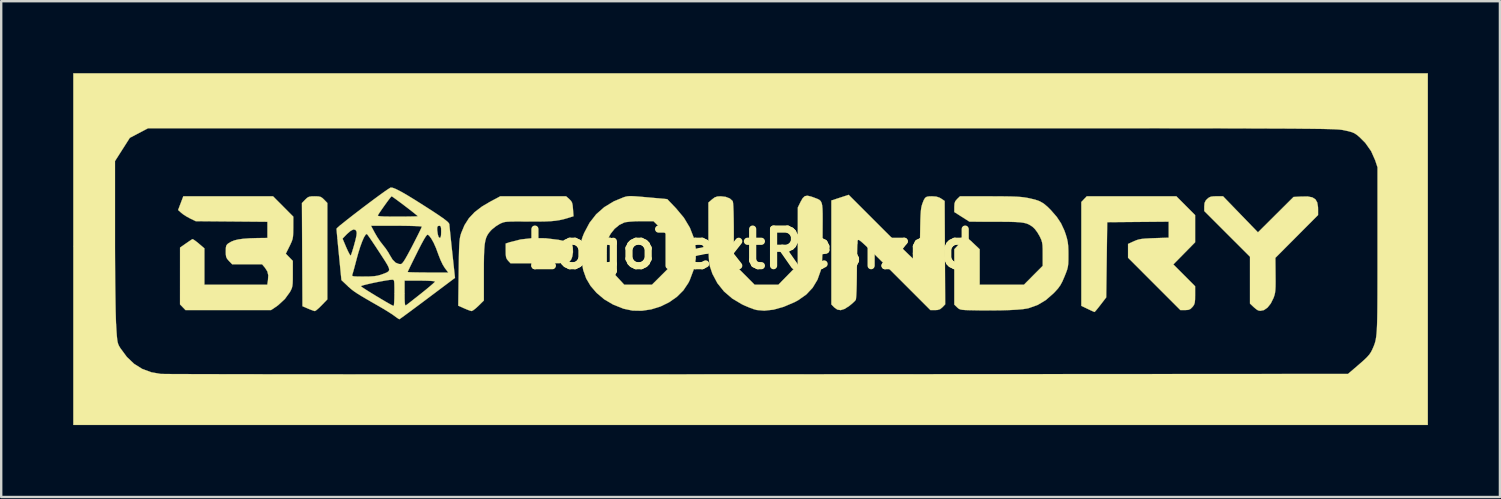
<source format=kicad_pcb>
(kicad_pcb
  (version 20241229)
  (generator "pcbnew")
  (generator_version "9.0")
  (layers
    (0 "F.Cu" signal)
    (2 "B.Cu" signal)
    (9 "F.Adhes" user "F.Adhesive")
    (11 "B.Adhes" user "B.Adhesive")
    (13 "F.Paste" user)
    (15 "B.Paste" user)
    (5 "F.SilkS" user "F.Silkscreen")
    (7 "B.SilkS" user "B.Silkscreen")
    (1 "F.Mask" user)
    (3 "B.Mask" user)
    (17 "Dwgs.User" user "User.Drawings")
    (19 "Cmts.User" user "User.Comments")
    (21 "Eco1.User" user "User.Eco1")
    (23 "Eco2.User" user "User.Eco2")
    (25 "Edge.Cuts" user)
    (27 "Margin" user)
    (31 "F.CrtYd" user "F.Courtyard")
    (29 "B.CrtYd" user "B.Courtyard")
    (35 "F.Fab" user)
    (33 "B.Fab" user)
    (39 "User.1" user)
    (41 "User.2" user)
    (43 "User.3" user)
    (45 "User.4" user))
  (footprint "LogoTextResized"
    (layer "F.Cu")
    (at 28.199 7.329)
    (property "Reference" "LogoTextResized" (at 0 0 0) (layer "F.SilkS") (effects (font (size 1.524 1.524) (thickness 0.3))))
    (attr through_hole)
    (fp_poly (pts (xy -17.99 -2.197) (xy -17.892 -2.176) (xy -17.815 -2.128) (xy -17.746 -2.062) (xy -17.611 -1.922) (xy -17.612 2.095) (xy -17.848 2.339) (xy -17.964 2.453) (xy -18.062 2.538) (xy -18.125 2.579) (xy -18.133 2.581) (xy -18.196 2.564) (xy -18.309 2.522) (xy -18.415 2.479) (xy -18.648 2.378) (xy -18.659 0.228) (xy -18.67 -1.921) (xy -18.534 -2.061) (xy -18.45 -2.14) (xy -18.371 -2.182) (xy -18.266 -2.199) (xy -18.14 -2.201) (xy -17.99 -2.197)) (stroke (width 0.01) (type solid)) (fill yes) (layer "F.SilkS"))
    (fp_poly (pts (xy -8.519 -0.453) (xy -7.981 -0.387) (xy -7.585 -0.298) (xy -7.479 -0.263) (xy -7.423 -0.215) (xy -7.395 -0.124) (xy -7.384 -0.058) (xy -7.377 0.128) (xy -7.404 0.299) (xy -7.43 0.381) (xy -7.461 0.446) (xy -7.505 0.497) (xy -7.571 0.534) (xy -7.67 0.56) (xy -7.81 0.577) (xy -8.001 0.587) (xy -8.253 0.591) (xy -8.574 0.593) (xy -8.807 0.593) (xy -9.976 0.593) (xy -10.079 0.483) (xy -10.134 0.413) (xy -10.165 0.333) (xy -10.179 0.216) (xy -10.181 0.071) (xy -10.181 -0.232) (xy -10.012 -0.288) (xy -9.551 -0.404) (xy -9.048 -0.459) (xy -8.519 -0.453)) (stroke (width 0.01) (type solid)) (fill yes) (layer "F.SilkS"))
    (fp_poly (pts (xy 20.433 -1.45) (xy 21.16 -0.699) (xy 21.901 -1.436) (xy 22.642 -2.173) (xy 22.976 -2.192) (xy 23.236 -2.193) (xy 23.426 -2.156) (xy 23.554 -2.076) (xy 23.63 -1.944) (xy 23.662 -1.755) (xy 23.664 -1.666) (xy 23.664 -1.421) (xy 21.886 0.364) (xy 21.893 1.082) (xy 21.895 1.353) (xy 21.893 1.555) (xy 21.885 1.706) (xy 21.871 1.822) (xy 21.849 1.918) (xy 21.817 2.012) (xy 21.809 2.033) (xy 21.695 2.264) (xy 21.559 2.435) (xy 21.409 2.54) (xy 21.255 2.571) (xy 21.167 2.553) (xy 21.098 2.511) (xy 21.002 2.432) (xy 20.966 2.399) (xy 20.828 2.269) (xy 20.828 0.317) (xy 19.875 -0.635) (xy 18.923 -1.587) (xy 18.923 -1.78) (xy 18.935 -1.922) (xy 18.982 -2.022) (xy 19.042 -2.088) (xy 19.12 -2.151) (xy 19.203 -2.186) (xy 19.321 -2.2) (xy 19.433 -2.202) (xy 19.706 -2.202) (xy 20.433 -1.45)) (stroke (width 0.01) (type solid)) (fill yes) (layer "F.SilkS"))
    (fp_poly (pts (xy 18.151 -1.809) (xy 18.542 -1.417) (xy 18.542 -0.284) (xy 17.635 0.637) (xy 18.089 1.092) (xy 18.542 1.547) (xy 18.542 1.913) (xy 18.54 2.096) (xy 18.529 2.218) (xy 18.505 2.302) (xy 18.463 2.372) (xy 18.432 2.41) (xy 18.348 2.493) (xy 18.258 2.531) (xy 18.125 2.54) (xy 17.928 2.54) (xy 15.748 0.359) (xy 15.748 -0.216) (xy 15.988 -0.326) (xy 16.094 -0.371) (xy 16.197 -0.403) (xy 16.316 -0.425) (xy 16.47 -0.44) (xy 16.677 -0.451) (xy 16.835 -0.457) (xy 17.441 -0.477) (xy 17.441 -1.144) (xy 16.161 -1.133) (xy 14.88 -1.122) (xy 14.859 0.445) (xy 14.838 2.011) (xy 14.605 2.315) (xy 14.5 2.449) (xy 14.415 2.553) (xy 14.362 2.611) (xy 14.351 2.619) (xy 14.305 2.601) (xy 14.204 2.556) (xy 14.071 2.493) (xy 14.065 2.49) (xy 13.801 2.363) (xy 13.801 -1.964) (xy 13.914 -2.083) (xy 14.028 -2.201) (xy 17.761 -2.201) (xy 18.151 -1.809)) (stroke (width 0.01) (type solid)) (fill yes) (layer "F.SilkS"))
    (fp_poly (pts (xy -7.531 -2.083) (xy -7.459 -2.01) (xy -7.416 -1.935) (xy -7.392 -1.828) (xy -7.377 -1.667) (xy -7.356 -1.37) (xy -7.583 -1.299) (xy -7.756 -1.249) (xy -7.924 -1.211) (xy -8.101 -1.183) (xy -8.302 -1.164) (xy -8.543 -1.153) (xy -8.837 -1.148) (xy -9.199 -1.148) (xy -9.247 -1.149) (xy -9.559 -1.151) (xy -9.799 -1.151) (xy -9.979 -1.148) (xy -10.112 -1.142) (xy -10.21 -1.131) (xy -10.285 -1.113) (xy -10.35 -1.089) (xy -10.418 -1.057) (xy -10.438 -1.047) (xy -10.595 -0.949) (xy -10.748 -0.826) (xy -10.806 -0.768) (xy -10.884 -0.675) (xy -10.946 -0.58) (xy -10.995 -0.474) (xy -11.031 -0.344) (xy -11.058 -0.182) (xy -11.075 0.023) (xy -11.085 0.282) (xy -11.09 0.606) (xy -11.091 0.993) (xy -11.091 2.141) (xy -11.315 2.362) (xy -11.432 2.469) (xy -11.532 2.546) (xy -11.596 2.579) (xy -11.601 2.58) (xy -11.67 2.562) (xy -11.789 2.518) (xy -11.91 2.467) (xy -12.157 2.357) (xy -12.14 0.977) (xy -12.135 0.593) (xy -12.13 0.283) (xy -12.124 0.037) (xy -12.116 -0.155) (xy -12.106 -0.305) (xy -12.094 -0.421) (xy -12.078 -0.514) (xy -12.057 -0.596) (xy -12.036 -0.665) (xy -11.897 -0.998) (xy -11.713 -1.287) (xy -11.475 -1.541) (xy -11.171 -1.774) (xy -10.844 -1.967) (xy -10.407 -2.201) (xy -7.664 -2.201) (xy -7.531 -2.083)) (stroke (width 0.01) (type solid)) (fill yes) (layer "F.SilkS"))
    (fp_poly (pts (xy -19.029 -1.352) (xy -19.03 -0.893) (xy -19.033 -0.686) (xy -19.041 -0.537) (xy -19.06 -0.422) (xy -19.097 -0.314) (xy -19.155 -0.186) (xy -19.187 -0.121) (xy -19.342 0.191) (xy -19.196 0.34) (xy -19.05 0.49) (xy -19.05 1.034) (xy -19.051 1.26) (xy -19.056 1.42) (xy -19.068 1.535) (xy -19.09 1.624) (xy -19.126 1.706) (xy -19.174 1.794) (xy -19.382 2.079) (xy -19.658 2.334) (xy -19.79 2.428) (xy -19.959 2.54) (xy -23.521 2.54) (xy -23.635 2.421) (xy -23.749 2.303) (xy -23.748 -0.064) (xy -23.507 -0.233) (xy -23.382 -0.319) (xy -23.283 -0.385) (xy -23.233 -0.416) (xy -23.232 -0.416) (xy -23.186 -0.398) (xy -23.096 -0.335) (xy -22.979 -0.243) (xy -22.966 -0.231) (xy -22.733 -0.032) (xy -22.733 1.482) (xy -20.114 1.482) (xy -20.085 1.292) (xy -20.072 1.091) (xy -20.11 0.931) (xy -20.206 0.78) (xy -20.218 0.765) (xy -20.328 0.635) (xy -21.573 0.635) (xy -21.709 0.495) (xy -21.785 0.407) (xy -21.826 0.325) (xy -21.842 0.214) (xy -21.844 0.096) (xy -21.84 -0.052) (xy -21.823 -0.142) (xy -21.782 -0.202) (xy -21.728 -0.245) (xy -21.614 -0.312) (xy -21.481 -0.365) (xy -21.317 -0.404) (xy -21.11 -0.432) (xy -20.848 -0.451) (xy -20.521 -0.461) (xy -20.267 -0.464) (xy -20.108 -0.466) (xy -20.108 -1.139) (xy -23.093 -1.164) (xy -23.326 -1.276) (xy -23.48 -1.36) (xy -23.625 -1.454) (xy -23.694 -1.509) (xy -23.829 -1.63) (xy -23.612 -2.201) (xy -19.874 -2.201) (xy -19.029 -1.352)) (stroke (width 0.01) (type solid)) (fill yes) (layer "F.SilkS"))
    (fp_poly (pts (xy 2.542 -2.191) (xy 2.627 -2.161) (xy 2.738 -2.12) (xy 2.826 -2.085) (xy 2.894 -2.048) (xy 2.945 -1.997) (xy 2.981 -1.925) (xy 3.005 -1.82) (xy 3.018 -1.675) (xy 3.024 -1.479) (xy 3.025 -1.223) (xy 3.023 -0.897) (xy 3.022 -0.665) (xy 3.019 -0.277) (xy 3.015 0.037) (xy 3.009 0.287) (xy 3 0.484) (xy 2.988 0.638) (xy 2.973 0.76) (xy 2.953 0.86) (xy 2.947 0.884) (xy 2.809 1.274) (xy 2.608 1.608) (xy 2.341 1.892) (xy 2.004 2.129) (xy 1.853 2.21) (xy 1.398 2.404) (xy 0.977 2.522) (xy 0.591 2.564) (xy 0.275 2.536) (xy 0.145 2.499) (xy -0.032 2.433) (xy -0.228 2.35) (xy -0.339 2.298) (xy -0.743 2.057) (xy -1.086 1.762) (xy -1.362 1.417) (xy -1.569 1.027) (xy -1.673 0.718) (xy -1.693 0.622) (xy -1.708 0.492) (xy -1.72 0.319) (xy -1.728 0.094) (xy -1.733 -0.194) (xy -1.735 -0.552) (xy -1.735 -0.726) (xy -1.736 -1.939) (xy -1.586 -2.07) (xy -1.473 -2.155) (xy -1.361 -2.193) (xy -1.224 -2.201) (xy -1.015 -2.177) (xy -0.844 -2.111) (xy -0.732 -2.011) (xy -0.721 -1.992) (xy -0.708 -1.924) (xy -0.697 -1.777) (xy -0.688 -1.558) (xy -0.682 -1.271) (xy -0.678 -0.923) (xy -0.677 -0.649) (xy -0.677 0.612) (xy -0.244 1.047) (xy 0.189 1.482) (xy 1.18 1.482) (xy 1.584 1.069) (xy 1.987 0.656) (xy 1.99 -1.734) (xy 2.105 -1.969) (xy 2.192 -2.123) (xy 2.281 -2.206) (xy 2.39 -2.226) (xy 2.542 -2.191)) (stroke (width 0.01) (type solid)) (fill yes) (layer "F.SilkS"))
    (fp_poly (pts (xy -4.914 -2.207) (xy -4.76 -2.199) (xy -4.551 -2.182) (xy -4.273 -2.157) (xy -4.255 -2.156) (xy -3.45 -2.082) (xy -3.083 -1.699) (xy -2.755 -1.306) (xy -2.509 -0.896) (xy -2.344 -0.472) (xy -2.262 -0.038) (xy -2.262 0.403) (xy -2.346 0.848) (xy -2.514 1.294) (xy -2.572 1.41) (xy -2.779 1.719) (xy -3.051 1.989) (xy -3.373 2.214) (xy -3.732 2.39) (xy -4.115 2.509) (xy -4.508 2.568) (xy -4.897 2.561) (xy -5.27 2.483) (xy -5.272 2.482) (xy -5.704 2.31) (xy -6.076 2.091) (xy -6.395 1.821) (xy -6.642 1.535) (xy -6.826 1.223) (xy -6.951 0.873) (xy -7.022 0.474) (xy -7.038 0.189) (xy -5.968 0.189) (xy -5.968 0.191) (xy -5.967 0.699) (xy -5.605 1.09) (xy -5.242 1.482) (xy -4.087 1.482) (xy -3.694 1.091) (xy -3.302 0.7) (xy -3.302 -0.446) (xy -3.663 -0.805) (xy -4.023 -1.164) (xy -4.541 -1.164) (xy -4.784 -1.159) (xy -5.001 -1.145) (xy -5.169 -1.125) (xy -5.241 -1.109) (xy -5.449 -1.008) (xy -5.645 -0.846) (xy -5.807 -0.642) (xy -5.869 -0.529) (xy -5.913 -0.426) (xy -5.941 -0.324) (xy -5.958 -0.202) (xy -5.966 -0.038) (xy -5.968 0.189) (xy -7.038 0.189) (xy -7.043 0.085) (xy -7.043 -0.124) (xy -7.035 -0.275) (xy -7.013 -0.399) (xy -6.974 -0.521) (xy -6.912 -0.672) (xy -6.91 -0.677) (xy -6.688 -1.096) (xy -6.409 -1.454) (xy -6.07 -1.752) (xy -5.671 -1.993) (xy -5.271 -2.158) (xy -5.192 -2.183) (xy -5.116 -2.199) (xy -5.028 -2.207) (xy -4.914 -2.207)) (stroke (width 0.01) (type solid)) (fill yes) (layer "F.SilkS"))
    (fp_poly (pts (xy 5.565 -0.806) (xy 5.9 -0.472) (xy 6.179 -0.194) (xy 6.409 0.033) (xy 6.594 0.213) (xy 6.74 0.351) (xy 6.85 0.451) (xy 6.93 0.518) (xy 6.985 0.557) (xy 7.019 0.57) (xy 7.038 0.564) (xy 7.046 0.547) (xy 7.053 0.478) (xy 7.061 0.336) (xy 7.068 0.136) (xy 7.075 -0.111) (xy 7.081 -0.391) (xy 7.084 -0.614) (xy 7.09 -0.956) (xy 7.096 -1.225) (xy 7.105 -1.433) (xy 7.116 -1.591) (xy 7.131 -1.712) (xy 7.151 -1.806) (xy 7.175 -1.884) (xy 7.236 -2.043) (xy 7.294 -2.137) (xy 7.368 -2.184) (xy 7.48 -2.2) (xy 7.577 -2.201) (xy 7.758 -2.189) (xy 7.895 -2.144) (xy 7.963 -2.104) (xy 8.107 -2.007) (xy 8.118 0.147) (xy 8.129 2.302) (xy 8.015 2.421) (xy 7.918 2.501) (xy 7.809 2.535) (xy 7.707 2.54) (xy 7.514 2.54) (xy 6.011 1.037) (xy 5.673 0.698) (xy 5.389 0.415) (xy 5.155 0.184) (xy 4.966 -0.002) (xy 4.817 -0.145) (xy 4.703 -0.25) (xy 4.62 -0.322) (xy 4.561 -0.365) (xy 4.523 -0.384) (xy 4.5 -0.384) (xy 4.487 -0.367) (xy 4.482 -0.35) (xy 4.474 -0.277) (xy 4.467 -0.132) (xy 4.461 0.072) (xy 4.456 0.324) (xy 4.452 0.61) (xy 4.45 0.902) (xy 4.447 1.207) (xy 4.442 1.487) (xy 4.435 1.729) (xy 4.426 1.922) (xy 4.415 2.054) (xy 4.405 2.113) (xy 4.352 2.176) (xy 4.252 2.269) (xy 4.136 2.364) (xy 3.942 2.49) (xy 3.777 2.542) (xy 3.634 2.519) (xy 3.503 2.424) (xy 3.5 2.421) (xy 3.387 2.303) (xy 3.387 -2.027) (xy 3.748 -2.144) (xy 4.109 -2.262) (xy 5.565 -0.806)) (stroke (width 0.01) (type solid)) (fill yes) (layer "F.SilkS"))
    (fp_poly (pts (xy 9.993 -2.201) (xy 10.371 -2.2) (xy 10.677 -2.197) (xy 10.923 -2.192) (xy 11.121 -2.184) (xy 11.284 -2.172) (xy 11.424 -2.156) (xy 11.553 -2.135) (xy 11.631 -2.119) (xy 11.879 -2.061) (xy 12.069 -1.993) (xy 12.231 -1.9) (xy 12.39 -1.767) (xy 12.541 -1.616) (xy 12.778 -1.343) (xy 12.956 -1.074) (xy 13.093 -0.78) (xy 13.152 -0.614) (xy 13.202 -0.446) (xy 13.235 -0.294) (xy 13.254 -0.131) (xy 13.262 0.07) (xy 13.263 0.233) (xy 13.262 0.452) (xy 13.256 0.613) (xy 13.239 0.742) (xy 13.207 0.865) (xy 13.155 1.007) (xy 13.101 1.141) (xy 13.012 1.347) (xy 12.929 1.502) (xy 12.83 1.639) (xy 12.695 1.788) (xy 12.639 1.845) (xy 12.321 2.123) (xy 11.987 2.323) (xy 11.624 2.454) (xy 11.546 2.473) (xy 11.373 2.5) (xy 11.125 2.522) (xy 10.814 2.539) (xy 10.45 2.55) (xy 10.043 2.554) (xy 9.605 2.553) (xy 9.378 2.549) (xy 9.133 2.544) (xy 8.959 2.538) (xy 8.838 2.528) (xy 8.757 2.512) (xy 8.701 2.487) (xy 8.654 2.451) (xy 8.626 2.425) (xy 8.509 2.312) (xy 8.509 0.005) (xy 8.746 -0.251) (xy 8.856 -0.37) (xy 8.938 -0.441) (xy 9.007 -0.464) (xy 9.084 -0.436) (xy 9.184 -0.356) (xy 9.328 -0.221) (xy 9.357 -0.193) (xy 9.567 0.006) (xy 9.567 1.482) (xy 11.411 1.482) (xy 11.801 1.089) (xy 12.192 0.697) (xy 12.192 0.207) (xy 12.191 -0.009) (xy 12.184 -0.163) (xy 12.167 -0.278) (xy 12.138 -0.378) (xy 12.09 -0.486) (xy 12.061 -0.544) (xy 11.97 -0.699) (xy 11.866 -0.837) (xy 11.786 -0.916) (xy 11.697 -0.98) (xy 11.609 -1.031) (xy 11.512 -1.07) (xy 11.393 -1.098) (xy 11.243 -1.118) (xy 11.05 -1.13) (xy 10.801 -1.137) (xy 10.487 -1.14) (xy 10.232 -1.141) (xy 9.141 -1.143) (xy 8.509 -1.545) (xy 8.509 -1.759) (xy 8.518 -1.903) (xy 8.552 -1.999) (xy 8.627 -2.087) (xy 8.628 -2.088) (xy 8.746 -2.201) (xy 9.993 -2.201)) (stroke (width 0.01) (type solid)) (fill yes) (layer "F.SilkS"))
    (fp_poly (pts (xy 28.236 7.324) (xy -28.194 7.324) (xy -28.194 -0.659) (xy -26.458 -0.659) (xy -26.458 -0.127) (xy -26.456 0.398) (xy -26.453 0.904) (xy -26.449 1.385) (xy -26.443 1.829) (xy -26.437 2.229) (xy -26.431 2.575) (xy -26.423 2.859) (xy -26.416 3.07) (xy -26.412 3.133) (xy -26.396 3.409) (xy -26.381 3.615) (xy -26.366 3.765) (xy -26.348 3.875) (xy -26.324 3.958) (xy -26.292 4.029) (xy -26.249 4.102) (xy -26.233 4.128) (xy -25.964 4.492) (xy -25.662 4.779) (xy -25.323 4.991) (xy -24.944 5.131) (xy -24.553 5.199) (xy -24.493 5.2) (xy -24.35 5.202) (xy -24.127 5.204) (xy -23.827 5.205) (xy -23.451 5.206) (xy -23.003 5.208) (xy -22.485 5.209) (xy -21.898 5.21) (xy -21.246 5.211) (xy -20.531 5.212) (xy -19.756 5.213) (xy -18.922 5.214) (xy -18.032 5.215) (xy -17.088 5.215) (xy -16.093 5.216) (xy -15.05 5.216) (xy -13.96 5.217) (xy -12.826 5.217) (xy -11.651 5.217) (xy -10.436 5.217) (xy -9.185 5.217) (xy -7.899 5.217) (xy -6.581 5.216) (xy -5.233 5.216) (xy -3.858 5.216) (xy -2.459 5.215) (xy -1.037 5.214) (xy 0.337 5.214) (xy 24.911 5.199) (xy 25.363 4.811) (xy 25.557 4.641) (xy 25.697 4.508) (xy 25.796 4.397) (xy 25.866 4.294) (xy 25.919 4.191) (xy 25.958 4.103) (xy 25.992 4.023) (xy 26.021 3.943) (xy 26.047 3.859) (xy 26.068 3.763) (xy 26.086 3.651) (xy 26.101 3.515) (xy 26.113 3.351) (xy 26.122 3.152) (xy 26.129 2.912) (xy 26.134 2.626) (xy 26.137 2.287) (xy 26.139 1.889) (xy 26.14 1.427) (xy 26.141 0.894) (xy 26.141 0.284) (xy 26.141 0.042) (xy 26.141 -3.408) (xy 26.043 -3.704) (xy 25.874 -4.084) (xy 25.63 -4.429) (xy 25.396 -4.663) (xy 25.281 -4.76) (xy 25.181 -4.826) (xy 25.072 -4.873) (xy 24.928 -4.913) (xy 24.748 -4.952) (xy 24.718 -4.958) (xy 24.688 -4.964) (xy 24.654 -4.969) (xy 24.616 -4.974) (xy 24.57 -4.979) (xy 24.515 -4.984) (xy 24.449 -4.988) (xy 24.37 -4.992) (xy 24.275 -4.996) (xy 24.163 -5) (xy 24.032 -5.003) (xy 23.879 -5.007) (xy 23.702 -5.01) (xy 23.5 -5.012) (xy 23.27 -5.015) (xy 23.011 -5.017) (xy 22.719 -5.02) (xy 22.394 -5.022) (xy 22.033 -5.024) (xy 21.634 -5.025) (xy 21.195 -5.027) (xy 20.713 -5.028) (xy 20.188 -5.03) (xy 19.617 -5.031) (xy 18.997 -5.032) (xy 18.327 -5.033) (xy 17.604 -5.033) (xy 16.827 -5.034) (xy 15.994 -5.035) (xy 15.102 -5.035) (xy 14.149 -5.036) (xy 13.134 -5.036) (xy 12.054 -5.036) (xy 10.907 -5.036) (xy 9.692 -5.036) (xy 8.406 -5.036) (xy 7.046 -5.036) (xy 5.612 -5.036) (xy 4.1 -5.036) (xy 2.51 -5.036) (xy 0.838 -5.036) (xy -0.375 -5.036) (xy -25.082 -5.035) (xy -25.462 -4.835) (xy -25.841 -4.636) (xy -26.458 -3.668) (xy -26.458 -0.659) (xy -28.194 -0.659) (xy -28.194 -7.324) (xy 28.236 -7.324) (xy 28.236 7.324)) (stroke (width 0.01) (type solid)) (fill yes) (layer "F.SilkS"))
    (fp_poly (pts (xy -14.895 -2.558) (xy -14.753 -2.503) (xy -14.549 -2.399) (xy -14.28 -2.245) (xy -13.945 -2.04) (xy -13.885 -2.002) (xy -13.521 -1.771) (xy -13.224 -1.58) (xy -12.988 -1.424) (xy -12.808 -1.3) (xy -12.677 -1.202) (xy -12.591 -1.129) (xy -12.544 -1.074) (xy -12.529 -1.037) (xy -12.524 -0.973) (xy -12.51 -0.837) (xy -12.49 -0.642) (xy -12.465 -0.4) (xy -12.436 -0.122) (xy -12.409 0.122) (xy -12.293 1.197) (xy -13.442 2.059) (xy -13.714 2.263) (xy -13.965 2.449) (xy -14.186 2.613) (xy -14.369 2.748) (xy -14.506 2.848) (xy -14.59 2.907) (xy -14.613 2.921) (xy -14.656 2.897) (xy -14.744 2.837) (xy -14.821 2.779) (xy -14.933 2.701) (xy -15.096 2.597) (xy -15.288 2.48) (xy -15.473 2.372) (xy -15.781 2.196) (xy -16.026 2.054) (xy -16.218 1.94) (xy -16.368 1.847) (xy -16.487 1.767) (xy -16.584 1.694) (xy -16.671 1.621) (xy -16.754 1.545) (xy -16.214 1.545) (xy -16.176 1.577) (xy -16.079 1.642) (xy -15.937 1.733) (xy -15.763 1.841) (xy -15.573 1.957) (xy -15.379 2.073) (xy -15.196 2.181) (xy -15.039 2.271) (xy -14.92 2.336) (xy -14.854 2.367) (xy -14.848 2.368) (xy -14.837 2.33) (xy -14.827 2.222) (xy -14.82 2.06) (xy -14.817 1.861) (xy -14.817 1.82) (xy -14.817 1.596) (xy -14.82 1.443) (xy -14.828 1.347) (xy -14.838 1.312) (xy -14.393 1.312) (xy -14.393 1.844) (xy -14.392 2.068) (xy -14.386 2.218) (xy -14.376 2.306) (xy -14.358 2.343) (xy -14.337 2.341) (xy -14.287 2.305) (xy -14.182 2.225) (xy -14.036 2.11) (xy -13.859 1.971) (xy -13.702 1.847) (xy -13.514 1.696) (xy -13.351 1.561) (xy -13.225 1.452) (xy -13.146 1.378) (xy -13.123 1.35) (xy -13.163 1.337) (xy -13.273 1.326) (xy -13.438 1.317) (xy -13.645 1.313) (xy -13.758 1.312) (xy -14.393 1.312) (xy -14.838 1.312) (xy -14.843 1.296) (xy -14.868 1.276) (xy -14.905 1.272) (xy -14.912 1.273) (xy -15.018 1.283) (xy -15.173 1.306) (xy -15.359 1.339) (xy -15.561 1.378) (xy -15.762 1.42) (xy -15.944 1.462) (xy -16.091 1.499) (xy -16.186 1.528) (xy -16.214 1.545) (xy -16.754 1.545) (xy -16.759 1.541) (xy -16.769 1.531) (xy -17.024 1.291) (xy -17.043 1.1) (xy -16.579 1.1) (xy -16.56 1.121) (xy -16.502 1.134) (xy -16.392 1.14) (xy -16.217 1.143) (xy -16.093 1.143) (xy -15.846 1.14) (xy -15.661 1.128) (xy -15.517 1.106) (xy -15.391 1.071) (xy -15.355 1.058) (xy -15.22 1.009) (xy -15.121 0.966) (xy -15.102 0.953) (xy -14.266 0.953) (xy -14.226 0.959) (xy -14.114 0.965) (xy -13.942 0.969) (xy -13.724 0.972) (xy -13.472 0.974) (xy -13.42 0.974) (xy -12.574 0.974) (xy -12.717 0.786) (xy -12.803 0.647) (xy -12.895 0.454) (xy -12.98 0.238) (xy -12.994 0.199) (xy -13.085 -0.048) (xy -13.183 -0.267) (xy -13.281 -0.442) (xy -13.37 -0.56) (xy -13.428 -0.603) (xy -13.462 -0.588) (xy -13.515 -0.52) (xy -13.592 -0.394) (xy -13.696 -0.203) (xy -13.83 0.057) (xy -13.877 0.153) (xy -13.994 0.388) (xy -14.097 0.597) (xy -14.18 0.767) (xy -14.238 0.889) (xy -14.265 0.949) (xy -14.266 0.953) (xy -15.102 0.953) (xy -15.058 0.922) (xy -15.034 0.864) (xy -15.049 0.782) (xy -15.103 0.667) (xy -15.199 0.507) (xy -15.338 0.292) (xy -15.455 0.112) (xy -15.6 -0.109) (xy -15.731 -0.305) (xy -15.84 -0.464) (xy -15.92 -0.576) (xy -15.963 -0.63) (xy -15.968 -0.634) (xy -16.021 -0.596) (xy -16.088 -0.486) (xy -16.163 -0.314) (xy -16.244 -0.092) (xy -16.325 0.17) (xy -16.379 0.366) (xy -16.438 0.59) (xy -16.491 0.789) (xy -16.535 0.946) (xy -16.565 1.046) (xy -16.573 1.069) (xy -16.579 1.1) (xy -17.043 1.1) (xy -17.126 0.254) (xy -17.155 -0.036) (xy -17.18 -0.301) (xy -17.193 -0.438) (xy -16.978 -0.438) (xy -16.822 -0.069) (xy -16.752 0.085) (xy -16.692 0.201) (xy -16.65 0.262) (xy -16.637 0.266) (xy -16.613 0.213) (xy -16.575 0.098) (xy -16.527 -0.06) (xy -16.495 -0.171) (xy -16.434 -0.399) (xy -16.399 -0.561) (xy -16.388 -0.671) (xy -16.4 -0.744) (xy -16.434 -0.794) (xy -16.445 -0.803) (xy -16.525 -0.819) (xy -16.64 -0.762) (xy -16.792 -0.631) (xy -16.86 -0.561) (xy -16.978 -0.438) (xy -17.193 -0.438) (xy -17.202 -0.527) (xy -17.217 -0.702) (xy -17.227 -0.815) (xy -17.229 -0.85) (xy -17.197 -0.887) (xy -17.106 -0.967) (xy -17.098 -0.974) (xy -15.792 -0.974) (xy -15.632 -0.674) (xy -15.528 -0.496) (xy -15.409 -0.318) (xy -15.299 -0.177) (xy -15.299 -0.176) (xy -15.18 -0.026) (xy -15.068 0.143) (xy -15.018 0.233) (xy -14.893 0.439) (xy -14.765 0.566) (xy -14.626 0.62) (xy -14.542 0.622) (xy -14.501 0.599) (xy -14.445 0.532) (xy -14.368 0.413) (xy -14.267 0.235) (xy -14.136 -0.009) (xy -14.066 -0.143) (xy -13.947 -0.375) (xy -13.842 -0.582) (xy -13.758 -0.752) (xy -13.7 -0.873) (xy -13.688 -0.901) (xy -13.035 -0.901) (xy -13.034 -0.79) (xy -13.011 -0.624) (xy -12.98 -0.516) (xy -12.935 -0.467) (xy -12.927 -0.466) (xy -12.893 -0.491) (xy -12.874 -0.577) (xy -12.869 -0.72) (xy -12.872 -0.862) (xy -12.886 -0.938) (xy -12.916 -0.969) (xy -12.954 -0.974) (xy -13.009 -0.958) (xy -13.035 -0.901) (xy -13.688 -0.901) (xy -13.674 -0.933) (xy -13.674 -0.937) (xy -13.714 -0.947) (xy -13.828 -0.956) (xy -14.004 -0.963) (xy -14.23 -0.969) (xy -14.496 -0.973) (xy -14.733 -0.974) (xy -15.792 -0.974) (xy -17.098 -0.974) (xy -16.965 -1.082) (xy -16.786 -1.225) (xy -16.577 -1.388) (xy -16.549 -1.41) (xy -15.507 -1.41) (xy -15.504 -1.391) (xy -15.463 -1.376) (xy -15.374 -1.366) (xy -15.228 -1.359) (xy -15.017 -1.356) (xy -14.732 -1.355) (xy -14.692 -1.355) (xy -14.434 -1.355) (xy -14.208 -1.358) (xy -14.026 -1.361) (xy -13.901 -1.365) (xy -13.845 -1.37) (xy -13.843 -1.371) (xy -13.875 -1.402) (xy -13.961 -1.473) (xy -14.087 -1.573) (xy -14.24 -1.692) (xy -14.405 -1.818) (xy -14.57 -1.942) (xy -14.718 -2.052) (xy -14.838 -2.139) (xy -14.914 -2.191) (xy -14.934 -2.201) (xy -14.967 -2.169) (xy -15.035 -2.083) (xy -15.128 -1.959) (xy -15.233 -1.813) (xy -15.34 -1.661) (xy -15.436 -1.52) (xy -15.507 -1.41) (xy -16.549 -1.41) (xy -16.348 -1.564) (xy -16.109 -1.747) (xy -15.87 -1.927) (xy -15.639 -2.099) (xy -15.428 -2.254) (xy -15.245 -2.386) (xy -15.1 -2.486) (xy -15.003 -2.548) (xy -14.974 -2.564) (xy -14.895 -2.558)) (stroke (width 0.01) (type solid)) (fill yes) (layer "F.SilkS")))
  (gr_rect
    (start -3 -3)
    (end 59.44 17.657)
    (stroke (width 0.1) (type default))
    (fill no)
    (layer "Edge.Cuts")))
</source>
